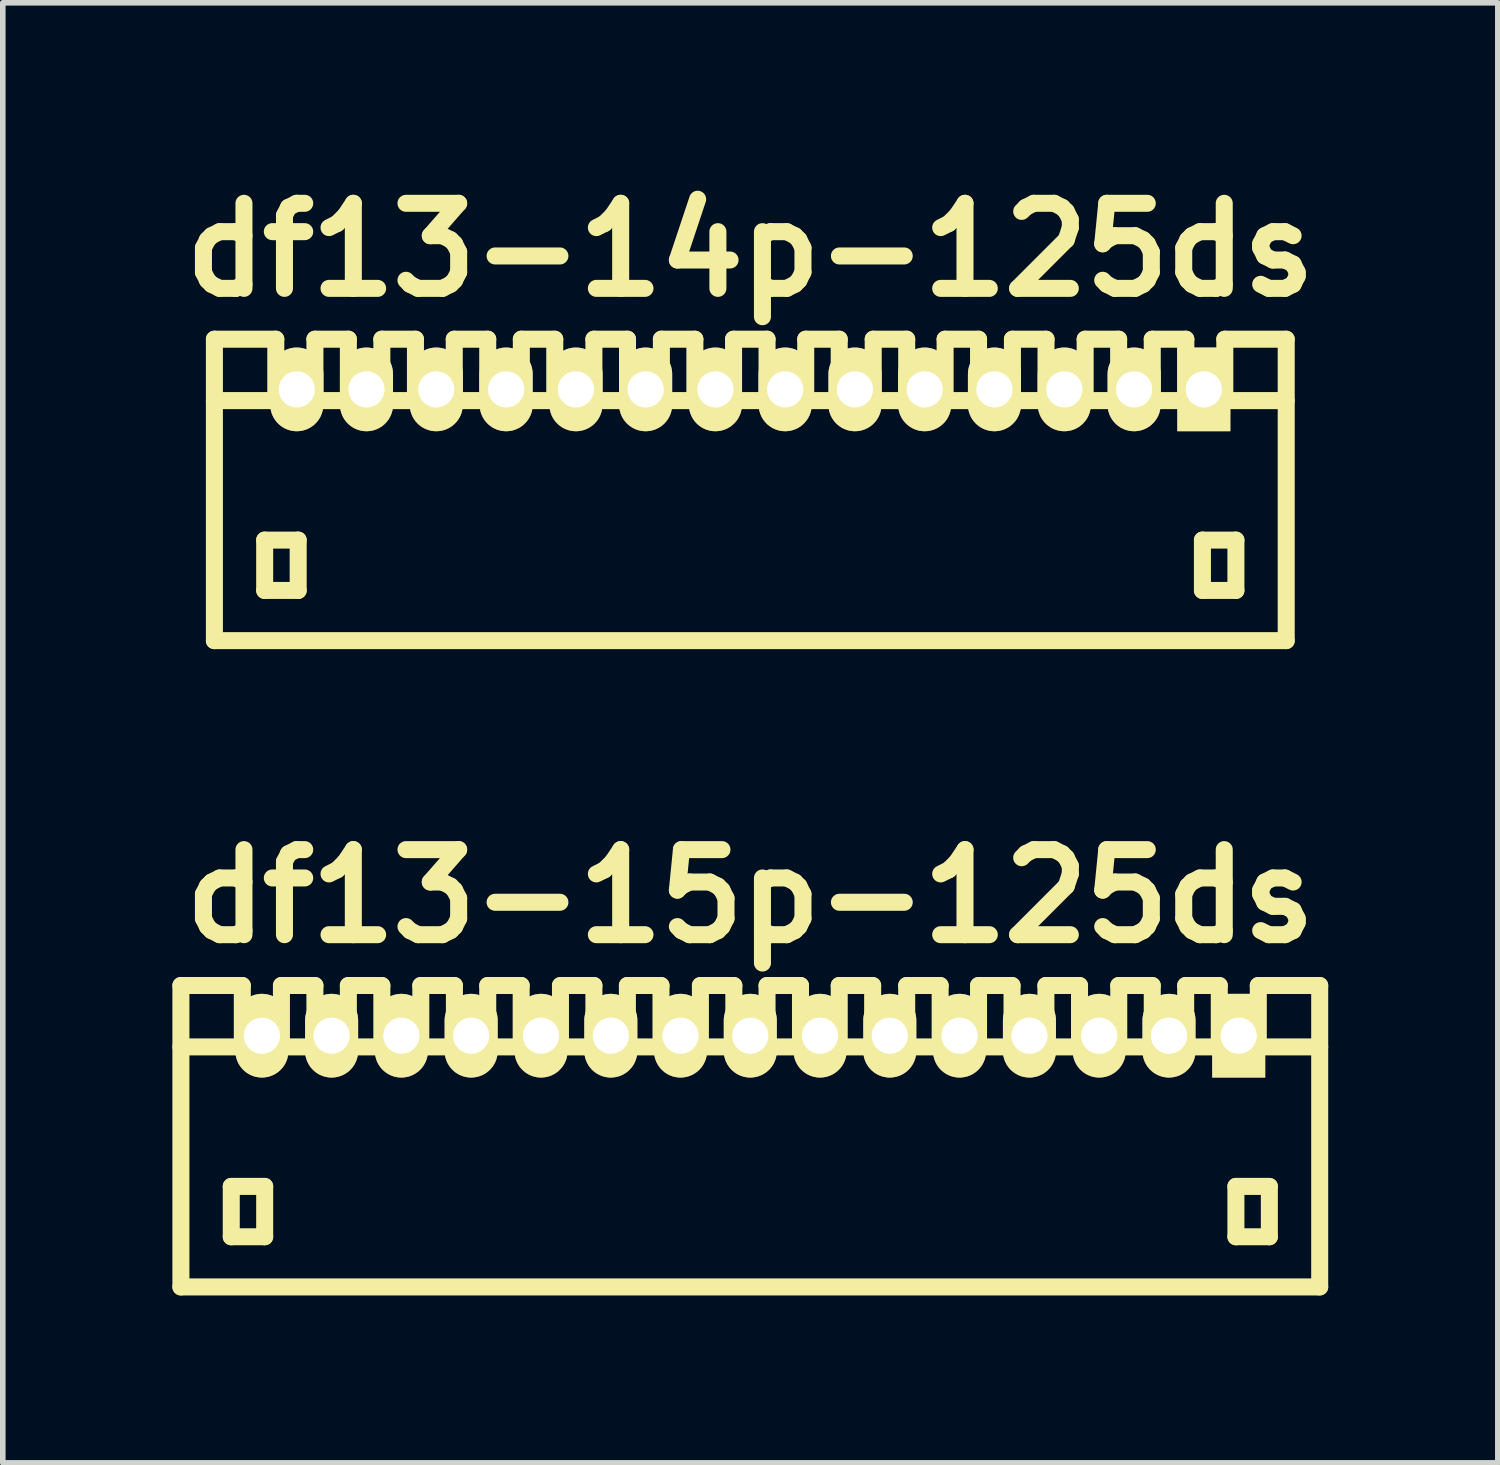
<source format=kicad_pcb>
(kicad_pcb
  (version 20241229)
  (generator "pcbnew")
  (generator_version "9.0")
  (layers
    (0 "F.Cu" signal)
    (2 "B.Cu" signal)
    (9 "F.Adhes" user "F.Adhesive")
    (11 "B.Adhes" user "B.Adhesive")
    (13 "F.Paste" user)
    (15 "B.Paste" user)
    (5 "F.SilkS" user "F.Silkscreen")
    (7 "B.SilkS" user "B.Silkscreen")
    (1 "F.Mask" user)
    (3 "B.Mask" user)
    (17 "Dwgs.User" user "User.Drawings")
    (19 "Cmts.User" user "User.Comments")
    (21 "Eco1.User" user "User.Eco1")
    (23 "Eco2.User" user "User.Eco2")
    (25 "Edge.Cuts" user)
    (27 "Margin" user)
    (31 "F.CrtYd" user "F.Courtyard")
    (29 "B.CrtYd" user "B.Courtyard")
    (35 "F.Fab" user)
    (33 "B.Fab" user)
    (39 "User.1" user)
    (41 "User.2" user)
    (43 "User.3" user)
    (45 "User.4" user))
  (footprint "df13-14p-125ds"
    (layer "F.Cu")
    (at 10.392 5.727)
    (property "Reference" "df13-14p-125ds" (at 0 -4.3 0) (layer "F.SilkS") (effects (font (size 1.524 1.524) (thickness 0.305))))
    (attr through_hole)
    (fp_line (start -9.601 2.7) (end -9.601 -2.7) (stroke (width 0.305) (type solid)) (layer "F.SilkS"))
    (fp_line (start -9.601 2.7) (end 9.601 2.7) (stroke (width 0.305) (type solid)) (layer "F.SilkS"))
    (fp_line (start -8.7 0.899) (end -8.7 1.801) (stroke (width 0.305) (type solid)) (layer "F.SilkS"))
    (fp_line (start -8.7 1.801) (end -8.1 1.801) (stroke (width 0.305) (type solid)) (layer "F.SilkS"))
    (fp_line (start -8.501 -2.7) (end -9.601 -2.7) (stroke (width 0.305) (type solid)) (layer "F.SilkS"))
    (fp_line (start -8.501 -1.6) (end -8.501 -2.7) (stroke (width 0.305) (type solid)) (layer "F.SilkS"))
    (fp_line (start -8.1 0.899) (end -8.7 0.899) (stroke (width 0.305) (type solid)) (layer "F.SilkS"))
    (fp_line (start -8.1 1.801) (end -8.1 0.899) (stroke (width 0.305) (type solid)) (layer "F.SilkS"))
    (fp_line (start -7.8 -2.7) (end -7.8 -1.6) (stroke (width 0.305) (type solid)) (layer "F.SilkS"))
    (fp_line (start -7.201 -2.7) (end -7.8 -2.7) (stroke (width 0.305) (type solid)) (layer "F.SilkS"))
    (fp_line (start -7.201 -1.6) (end -7.201 -2.7) (stroke (width 0.305) (type solid)) (layer "F.SilkS"))
    (fp_line (start -6.601 -2.7) (end -6.601 -1.6) (stroke (width 0.305) (type solid)) (layer "F.SilkS"))
    (fp_line (start -5.999 -2.7) (end -6.601 -2.7) (stroke (width 0.305) (type solid)) (layer "F.SilkS"))
    (fp_line (start -5.999 -1.6) (end -5.999 -2.7) (stroke (width 0.305) (type solid)) (layer "F.SilkS"))
    (fp_line (start -5.304 -2.7) (end -5.304 -1.6) (stroke (width 0.305) (type solid)) (layer "F.SilkS"))
    (fp_line (start -4.704 -2.7) (end -5.304 -2.7) (stroke (width 0.305) (type solid)) (layer "F.SilkS"))
    (fp_line (start -4.704 -1.6) (end -4.704 -2.7) (stroke (width 0.305) (type solid)) (layer "F.SilkS"))
    (fp_line (start -4.102 -2.7) (end -4.102 -1.6) (stroke (width 0.305) (type solid)) (layer "F.SilkS"))
    (fp_line (start -3.503 -2.7) (end -4.102 -2.7) (stroke (width 0.305) (type solid)) (layer "F.SilkS"))
    (fp_line (start -3.503 -1.6) (end -3.503 -2.7) (stroke (width 0.305) (type solid)) (layer "F.SilkS"))
    (fp_line (start -2.802 -2.7) (end -2.802 -1.6) (stroke (width 0.305) (type solid)) (layer "F.SilkS"))
    (fp_line (start -2.2 -2.7) (end -2.802 -2.7) (stroke (width 0.305) (type solid)) (layer "F.SilkS"))
    (fp_line (start -2.2 -2.7) (end -2.2 -1.6) (stroke (width 0.305) (type solid)) (layer "F.SilkS"))
    (fp_line (start -1.593 -2.7) (end -1.593 -1.6) (stroke (width 0.305) (type solid)) (layer "F.SilkS"))
    (fp_line (start -0.993 -2.7) (end -1.593 -2.7) (stroke (width 0.305) (type solid)) (layer "F.SilkS"))
    (fp_line (start -0.993 -2.7) (end -0.993 -1.6) (stroke (width 0.305) (type solid)) (layer "F.SilkS"))
    (fp_line (start -0.3 -2.7) (end -0.3 -1.6) (stroke (width 0.305) (type solid)) (layer "F.SilkS"))
    (fp_line (start 0.3 -2.7) (end -0.3 -2.7) (stroke (width 0.305) (type solid)) (layer "F.SilkS"))
    (fp_line (start 0.3 -1.6) (end 0.3 -2.7) (stroke (width 0.305) (type solid)) (layer "F.SilkS"))
    (fp_line (start 0.993 -1.6) (end 0.993 -2.7) (stroke (width 0.305) (type solid)) (layer "F.SilkS"))
    (fp_line (start 1.593 -2.7) (end 0.993 -2.7) (stroke (width 0.305) (type solid)) (layer "F.SilkS"))
    (fp_line (start 1.593 -1.6) (end 1.593 -2.7) (stroke (width 0.305) (type solid)) (layer "F.SilkS"))
    (fp_line (start 2.202 -2.7) (end 2.802 -2.7) (stroke (width 0.305) (type solid)) (layer "F.SilkS"))
    (fp_line (start 2.202 -1.6) (end 2.202 -2.7) (stroke (width 0.305) (type solid)) (layer "F.SilkS"))
    (fp_line (start 2.802 -2.7) (end 2.802 -1.6) (stroke (width 0.305) (type solid)) (layer "F.SilkS"))
    (fp_line (start 3.49 -2.7) (end 4.089 -2.7) (stroke (width 0.305) (type solid)) (layer "F.SilkS"))
    (fp_line (start 3.49 -1.6) (end 3.49 -2.7) (stroke (width 0.305) (type solid)) (layer "F.SilkS"))
    (fp_line (start 4.089 -2.7) (end 4.089 -1.6) (stroke (width 0.305) (type solid)) (layer "F.SilkS"))
    (fp_line (start 4.696 -2.7) (end 5.298 -2.7) (stroke (width 0.305) (type solid)) (layer "F.SilkS"))
    (fp_line (start 4.696 -1.6) (end 4.696 -2.7) (stroke (width 0.305) (type solid)) (layer "F.SilkS"))
    (fp_line (start 5.298 -2.7) (end 5.298 -1.6) (stroke (width 0.305) (type solid)) (layer "F.SilkS"))
    (fp_line (start 5.999 -2.7) (end 6.599 -2.7) (stroke (width 0.305) (type solid)) (layer "F.SilkS"))
    (fp_line (start 5.999 -1.6) (end 5.999 -2.7) (stroke (width 0.305) (type solid)) (layer "F.SilkS"))
    (fp_line (start 6.599 -2.7) (end 6.599 -1.6) (stroke (width 0.305) (type solid)) (layer "F.SilkS"))
    (fp_line (start 7.201 -2.7) (end 7.803 -2.7) (stroke (width 0.305) (type solid)) (layer "F.SilkS"))
    (fp_line (start 7.201 -1.6) (end 7.201 -2.7) (stroke (width 0.305) (type solid)) (layer "F.SilkS"))
    (fp_line (start 7.803 -2.7) (end 7.803 -1.6) (stroke (width 0.305) (type solid)) (layer "F.SilkS"))
    (fp_line (start 8.1 0.899) (end 8.7 0.899) (stroke (width 0.305) (type solid)) (layer "F.SilkS"))
    (fp_line (start 8.1 1.801) (end 8.1 0.899) (stroke (width 0.305) (type solid)) (layer "F.SilkS"))
    (fp_line (start 8.501 -1.6) (end 8.501 -2.7) (stroke (width 0.305) (type solid)) (layer "F.SilkS"))
    (fp_line (start 8.7 0.899) (end 8.7 1.801) (stroke (width 0.305) (type solid)) (layer "F.SilkS"))
    (fp_line (start 8.7 1.801) (end 8.1 1.801) (stroke (width 0.305) (type solid)) (layer "F.SilkS"))
    (fp_line (start 9.601 -2.7) (end 8.501 -2.7) (stroke (width 0.305) (type solid)) (layer "F.SilkS"))
    (fp_line (start 9.601 -1.6) (end -9.601 -1.6) (stroke (width 0.305) (type solid)) (layer "F.SilkS"))
    (fp_line (start 9.601 2.7) (end 9.601 -2.7) (stroke (width 0.305) (type solid)) (layer "F.SilkS"))
    (pad "1" thru_hole rect (at 8.125 -1.801) (size 0.95 1.499) (drill 0.648) (layers "*.Cu" "*.Mask" "F.SilkS"))
    (pad "2" thru_hole oval (at 6.876 -1.801) (size 0.95 1.499) (drill 0.648) (layers "*.Cu" "*.Mask" "F.SilkS"))
    (pad "3" thru_hole oval (at 5.626 -1.801) (size 0.95 1.499) (drill 0.648) (layers "*.Cu" "*.Mask" "F.SilkS"))
    (pad "4" thru_hole oval (at 4.374 -1.801) (size 0.95 1.499) (drill 0.648) (layers "*.Cu" "*.Mask" "F.SilkS"))
    (pad "5" thru_hole oval (at 3.124 -1.801) (size 0.95 1.499) (drill 0.648) (layers "*.Cu" "*.Mask" "F.SilkS"))
    (pad "6" thru_hole oval (at 1.875 -1.801) (size 0.95 1.499) (drill 0.648) (layers "*.Cu" "*.Mask" "F.SilkS"))
    (pad "7" thru_hole oval (at 0.625 -1.801) (size 0.95 1.499) (drill 0.648) (layers "*.Cu" "*.Mask" "F.SilkS"))
    (pad "8" thru_hole oval (at -0.625 -1.801) (size 0.95 1.499) (drill 0.648) (layers "*.Cu" "*.Mask" "F.SilkS"))
    (pad "9" thru_hole oval (at -1.875 -1.801) (size 0.95 1.499) (drill 0.648) (layers "*.Cu" "*.Mask" "F.SilkS"))
    (pad "10" thru_hole oval (at -3.124 -1.801) (size 0.95 1.499) (drill 0.648) (layers "*.Cu" "*.Mask" "F.SilkS"))
    (pad "11" thru_hole oval (at -4.374 -1.801) (size 0.95 1.499) (drill 0.648) (layers "*.Cu" "*.Mask" "F.SilkS"))
    (pad "12" thru_hole oval (at -5.626 -1.801) (size 0.95 1.499) (drill 0.648) (layers "*.Cu" "*.Mask" "F.SilkS"))
    (pad "13" thru_hole oval (at -6.876 -1.801) (size 0.95 1.499) (drill 0.648) (layers "*.Cu" "*.Mask" "F.SilkS"))
    (pad "14" thru_hole oval (at -8.125 -1.801) (size 0.95 1.499) (drill 0.648) (layers "*.Cu" "*.Mask" "F.SilkS")))
  (footprint "df13-15p-125ds"
    (layer "F.Cu")
    (at 10.392 17.306)
    (property "Reference" "df13-15p-125ds" (at 0 -4.3 0) (layer "F.SilkS") (effects (font (size 1.524 1.524) (thickness 0.305))))
    (attr through_hole)
    (fp_line (start -10.201 2.7) (end -10.201 -2.7) (stroke (width 0.305) (type solid)) (layer "F.SilkS"))
    (fp_line (start -10.201 2.7) (end 10.201 2.7) (stroke (width 0.305) (type solid)) (layer "F.SilkS"))
    (fp_line (start -9.299 0.899) (end -9.299 1.801) (stroke (width 0.305) (type solid)) (layer "F.SilkS"))
    (fp_line (start -9.299 1.801) (end -8.7 1.801) (stroke (width 0.305) (type solid)) (layer "F.SilkS"))
    (fp_line (start -9.101 -2.7) (end -10.201 -2.7) (stroke (width 0.305) (type solid)) (layer "F.SilkS"))
    (fp_line (start -9.101 -1.6) (end -9.101 -2.7) (stroke (width 0.305) (type solid)) (layer "F.SilkS"))
    (fp_line (start -8.7 0.899) (end -9.299 0.899) (stroke (width 0.305) (type solid)) (layer "F.SilkS"))
    (fp_line (start -8.7 1.801) (end -8.7 0.899) (stroke (width 0.305) (type solid)) (layer "F.SilkS"))
    (fp_line (start -8.4 -2.7) (end -8.4 -1.6) (stroke (width 0.305) (type solid)) (layer "F.SilkS"))
    (fp_line (start -7.8 -2.7) (end -8.4 -2.7) (stroke (width 0.305) (type solid)) (layer "F.SilkS"))
    (fp_line (start -7.8 -1.6) (end -7.8 -2.7) (stroke (width 0.305) (type solid)) (layer "F.SilkS"))
    (fp_line (start -7.201 -2.7) (end -7.201 -1.6) (stroke (width 0.305) (type solid)) (layer "F.SilkS"))
    (fp_line (start -6.601 -2.7) (end -7.201 -2.7) (stroke (width 0.305) (type solid)) (layer "F.SilkS"))
    (fp_line (start -6.601 -1.6) (end -6.601 -2.7) (stroke (width 0.305) (type solid)) (layer "F.SilkS"))
    (fp_line (start -5.903 -2.7) (end -5.903 -1.6) (stroke (width 0.305) (type solid)) (layer "F.SilkS"))
    (fp_line (start -5.301 -2.7) (end -5.903 -2.7) (stroke (width 0.305) (type solid)) (layer "F.SilkS"))
    (fp_line (start -5.301 -1.6) (end -5.301 -2.7) (stroke (width 0.305) (type solid)) (layer "F.SilkS"))
    (fp_line (start -4.704 -2.7) (end -4.704 -1.6) (stroke (width 0.305) (type solid)) (layer "F.SilkS"))
    (fp_line (start -4.105 -2.7) (end -4.704 -2.7) (stroke (width 0.305) (type solid)) (layer "F.SilkS"))
    (fp_line (start -4.105 -1.6) (end -4.105 -2.7) (stroke (width 0.305) (type solid)) (layer "F.SilkS"))
    (fp_line (start -3.401 -2.7) (end -3.401 -1.6) (stroke (width 0.305) (type solid)) (layer "F.SilkS"))
    (fp_line (start -2.802 -2.7) (end -3.401 -2.7) (stroke (width 0.305) (type solid)) (layer "F.SilkS"))
    (fp_line (start -2.802 -1.6) (end -2.802 -2.7) (stroke (width 0.305) (type solid)) (layer "F.SilkS"))
    (fp_line (start -2.202 -2.7) (end -2.202 -1.6) (stroke (width 0.305) (type solid)) (layer "F.SilkS"))
    (fp_line (start -1.6 -2.7) (end -2.202 -2.7) (stroke (width 0.305) (type solid)) (layer "F.SilkS"))
    (fp_line (start -1.6 -2.7) (end -1.6 -1.6) (stroke (width 0.305) (type solid)) (layer "F.SilkS"))
    (fp_line (start -0.894 -2.7) (end -0.894 -1.6) (stroke (width 0.305) (type solid)) (layer "F.SilkS"))
    (fp_line (start -0.295 -2.7) (end -0.894 -2.7) (stroke (width 0.305) (type solid)) (layer "F.SilkS"))
    (fp_line (start -0.295 -2.7) (end -0.295 -1.6) (stroke (width 0.305) (type solid)) (layer "F.SilkS"))
    (fp_line (start 0.3 -2.7) (end 0.3 -1.6) (stroke (width 0.305) (type solid)) (layer "F.SilkS"))
    (fp_line (start 0.899 -2.7) (end 0.3 -2.7) (stroke (width 0.305) (type solid)) (layer "F.SilkS"))
    (fp_line (start 0.899 -1.6) (end 0.899 -2.7) (stroke (width 0.305) (type solid)) (layer "F.SilkS"))
    (fp_line (start 1.593 -1.6) (end 1.593 -2.7) (stroke (width 0.305) (type solid)) (layer "F.SilkS"))
    (fp_line (start 2.192 -2.7) (end 1.593 -2.7) (stroke (width 0.305) (type solid)) (layer "F.SilkS"))
    (fp_line (start 2.192 -1.6) (end 2.192 -2.7) (stroke (width 0.305) (type solid)) (layer "F.SilkS"))
    (fp_line (start 2.802 -2.7) (end 3.401 -2.7) (stroke (width 0.305) (type solid)) (layer "F.SilkS"))
    (fp_line (start 2.802 -1.6) (end 2.802 -2.7) (stroke (width 0.305) (type solid)) (layer "F.SilkS"))
    (fp_line (start 3.401 -2.7) (end 3.401 -1.6) (stroke (width 0.305) (type solid)) (layer "F.SilkS"))
    (fp_line (start 4.089 -2.7) (end 4.689 -2.7) (stroke (width 0.305) (type solid)) (layer "F.SilkS"))
    (fp_line (start 4.089 -1.6) (end 4.089 -2.7) (stroke (width 0.305) (type solid)) (layer "F.SilkS"))
    (fp_line (start 4.689 -2.7) (end 4.689 -1.6) (stroke (width 0.305) (type solid)) (layer "F.SilkS"))
    (fp_line (start 5.296 -2.7) (end 5.898 -2.7) (stroke (width 0.305) (type solid)) (layer "F.SilkS"))
    (fp_line (start 5.296 -1.6) (end 5.296 -2.7) (stroke (width 0.305) (type solid)) (layer "F.SilkS"))
    (fp_line (start 5.898 -2.7) (end 5.898 -1.6) (stroke (width 0.305) (type solid)) (layer "F.SilkS"))
    (fp_line (start 6.601 -2.7) (end 7.201 -2.7) (stroke (width 0.305) (type solid)) (layer "F.SilkS"))
    (fp_line (start 6.601 -1.6) (end 6.601 -2.7) (stroke (width 0.305) (type solid)) (layer "F.SilkS"))
    (fp_line (start 7.201 -2.7) (end 7.201 -1.6) (stroke (width 0.305) (type solid)) (layer "F.SilkS"))
    (fp_line (start 7.8 -2.7) (end 8.402 -2.7) (stroke (width 0.305) (type solid)) (layer "F.SilkS"))
    (fp_line (start 7.8 -1.6) (end 7.8 -2.7) (stroke (width 0.305) (type solid)) (layer "F.SilkS"))
    (fp_line (start 8.402 -2.7) (end 8.402 -1.6) (stroke (width 0.305) (type solid)) (layer "F.SilkS"))
    (fp_line (start 8.7 0.899) (end 9.299 0.899) (stroke (width 0.305) (type solid)) (layer "F.SilkS"))
    (fp_line (start 8.7 1.801) (end 8.7 0.899) (stroke (width 0.305) (type solid)) (layer "F.SilkS"))
    (fp_line (start 9.101 -1.6) (end 9.101 -2.7) (stroke (width 0.305) (type solid)) (layer "F.SilkS"))
    (fp_line (start 9.299 0.899) (end 9.299 1.801) (stroke (width 0.305) (type solid)) (layer "F.SilkS"))
    (fp_line (start 9.299 1.801) (end 8.7 1.801) (stroke (width 0.305) (type solid)) (layer "F.SilkS"))
    (fp_line (start 10.201 -2.7) (end 9.101 -2.7) (stroke (width 0.305) (type solid)) (layer "F.SilkS"))
    (fp_line (start 10.201 -1.6) (end -10.201 -1.6) (stroke (width 0.305) (type solid)) (layer "F.SilkS"))
    (fp_line (start 10.201 2.7) (end 10.201 -2.7) (stroke (width 0.305) (type solid)) (layer "F.SilkS"))
    (pad "1" thru_hole rect (at 8.75 -1.801) (size 0.95 1.499) (drill 0.648) (layers "*.Cu" "*.Mask" "F.SilkS"))
    (pad "2" thru_hole oval (at 7.501 -1.801) (size 0.95 1.499) (drill 0.648) (layers "*.Cu" "*.Mask" "F.SilkS"))
    (pad "3" thru_hole oval (at 6.251 -1.801) (size 0.95 1.499) (drill 0.648) (layers "*.Cu" "*.Mask" "F.SilkS"))
    (pad "4" thru_hole oval (at 5.001 -1.801) (size 0.95 1.499) (drill 0.648) (layers "*.Cu" "*.Mask" "F.SilkS"))
    (pad "5" thru_hole oval (at 3.749 -1.801) (size 0.95 1.499) (drill 0.648) (layers "*.Cu" "*.Mask" "F.SilkS"))
    (pad "6" thru_hole oval (at 2.499 -1.801) (size 0.95 1.499) (drill 0.648) (layers "*.Cu" "*.Mask" "F.SilkS"))
    (pad "7" thru_hole oval (at 1.25 -1.801) (size 0.95 1.499) (drill 0.648) (layers "*.Cu" "*.Mask" "F.SilkS"))
    (pad "8" thru_hole oval (at 0 -1.801) (size 0.95 1.499) (drill 0.648) (layers "*.Cu" "*.Mask" "F.SilkS"))
    (pad "9" thru_hole oval (at -1.25 -1.801) (size 0.95 1.499) (drill 0.648) (layers "*.Cu" "*.Mask" "F.SilkS"))
    (pad "10" thru_hole oval (at -2.499 -1.801) (size 0.95 1.499) (drill 0.648) (layers "*.Cu" "*.Mask" "F.SilkS"))
    (pad "11" thru_hole oval (at -3.749 -1.801) (size 0.95 1.499) (drill 0.648) (layers "*.Cu" "*.Mask" "F.SilkS"))
    (pad "12" thru_hole oval (at -5.001 -1.801) (size 0.95 1.499) (drill 0.648) (layers "*.Cu" "*.Mask" "F.SilkS"))
    (pad "13" thru_hole oval (at -6.251 -1.801) (size 0.95 1.499) (drill 0.648) (layers "*.Cu" "*.Mask" "F.SilkS"))
    (pad "14" thru_hole oval (at -7.501 -1.801) (size 0.95 1.499) (drill 0.648) (layers "*.Cu" "*.Mask" "F.SilkS"))
    (pad "15" thru_hole oval (at -8.75 -1.801) (size 0.95 1.499) (drill 0.648) (layers "*.Cu" "*.Mask" "F.SilkS")))
  (gr_rect
    (start -3 -3)
    (end 23.784 23.158)
    (stroke (width 0.1) (type default))
    (fill no)
    (layer "Edge.Cuts")))
</source>
